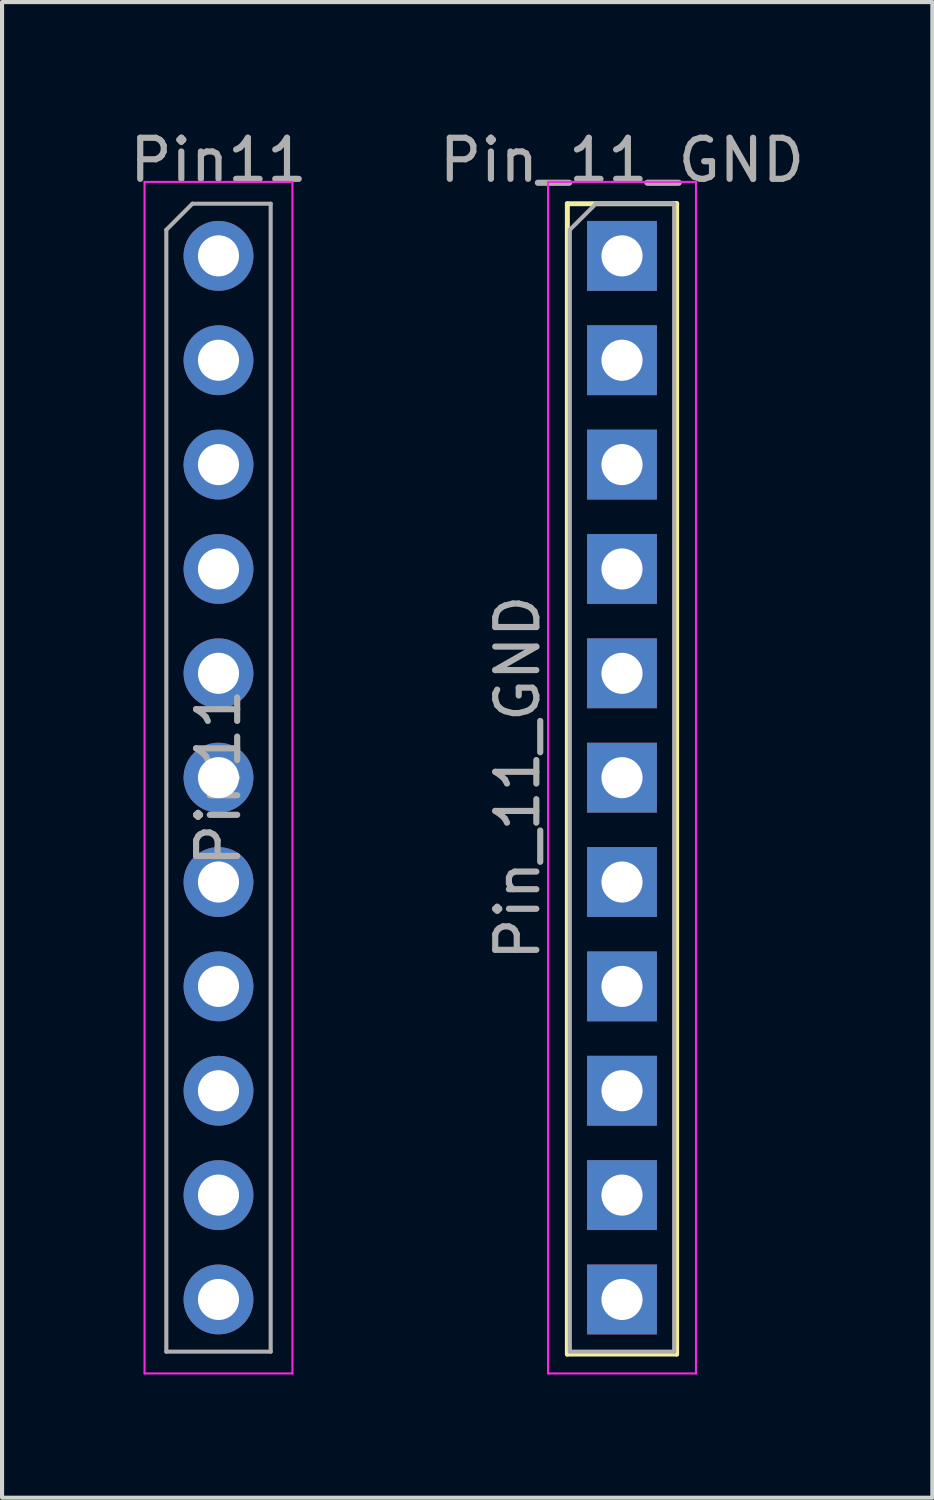
<source format=kicad_pcb>
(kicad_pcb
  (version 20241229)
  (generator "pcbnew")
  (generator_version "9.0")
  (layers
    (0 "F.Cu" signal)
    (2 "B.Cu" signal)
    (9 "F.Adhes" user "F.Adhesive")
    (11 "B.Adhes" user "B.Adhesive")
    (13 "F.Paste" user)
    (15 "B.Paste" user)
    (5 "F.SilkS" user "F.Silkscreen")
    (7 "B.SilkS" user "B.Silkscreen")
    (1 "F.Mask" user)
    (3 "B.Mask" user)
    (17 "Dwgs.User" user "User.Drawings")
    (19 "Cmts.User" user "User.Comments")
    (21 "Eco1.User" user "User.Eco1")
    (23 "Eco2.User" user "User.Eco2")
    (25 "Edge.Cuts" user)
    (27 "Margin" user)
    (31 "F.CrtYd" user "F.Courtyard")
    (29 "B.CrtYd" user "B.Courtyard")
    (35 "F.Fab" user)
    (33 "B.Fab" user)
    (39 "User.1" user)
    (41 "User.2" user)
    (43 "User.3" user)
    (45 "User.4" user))
  (footprint "Pin11"
    (layer "F.Cu")
    (at 2.268 3.178)
    (property "Reference" "Pin11" (at 0 -2.33 0) (layer "F.Fab") (effects (font (size 1 1) (thickness 0.15))))
    (attr through_hole)
    (fp_line (start -1.8 -1.8) (end -1.8 27.2) (stroke (width 0.05) (type solid)) (layer "F.CrtYd"))
    (fp_line (start -1.8 27.2) (end 1.8 27.2) (stroke (width 0.05) (type solid)) (layer "F.CrtYd"))
    (fp_line (start 1.8 -1.8) (end -1.8 -1.8) (stroke (width 0.05) (type solid)) (layer "F.CrtYd"))
    (fp_line (start 1.8 27.2) (end 1.8 -1.8) (stroke (width 0.05) (type solid)) (layer "F.CrtYd"))
    (fp_line (start -1.27 -0.635) (end -0.635 -1.27) (stroke (width 0.1) (type solid)) (layer "F.Fab"))
    (fp_line (start -1.27 26.67) (end -1.27 -0.635) (stroke (width 0.1) (type solid)) (layer "F.Fab"))
    (fp_line (start -0.635 -1.27) (end 1.27 -1.27) (stroke (width 0.1) (type solid)) (layer "F.Fab"))
    (fp_line (start 1.27 -1.27) (end 1.27 26.67) (stroke (width 0.1) (type solid)) (layer "F.Fab"))
    (fp_line (start 1.27 26.67) (end -1.27 26.67) (stroke (width 0.1) (type solid)) (layer "F.Fab"))
    (fp_text user "${REFERENCE}" (at 0 12.7 90) (layer "F.Fab") (effects (font (size 1 1) (thickness 0.15))))
    (pad "1" thru_hole circle (at 0 0) (size 1.7 1.7) (drill 1) (layers "*.Cu" "*.Mask"))
    (pad "2" thru_hole oval (at 0 2.54) (size 1.7 1.7) (drill 1) (layers "*.Cu" "*.Mask"))
    (pad "3" thru_hole oval (at 0 5.08) (size 1.7 1.7) (drill 1) (layers "*.Cu" "*.Mask"))
    (pad "4" thru_hole oval (at 0 7.62) (size 1.7 1.7) (drill 1) (layers "*.Cu" "*.Mask"))
    (pad "5" thru_hole oval (at 0 10.16) (size 1.7 1.7) (drill 1) (layers "*.Cu" "*.Mask"))
    (pad "6" thru_hole oval (at 0 12.7) (size 1.7 1.7) (drill 1) (layers "*.Cu" "*.Mask"))
    (pad "7" thru_hole oval (at 0 15.24) (size 1.7 1.7) (drill 1) (layers "*.Cu" "*.Mask"))
    (pad "8" thru_hole oval (at 0 17.78) (size 1.7 1.7) (drill 1) (layers "*.Cu" "*.Mask"))
    (pad "9" thru_hole oval (at 0 20.32) (size 1.7 1.7) (drill 1) (layers "*.Cu" "*.Mask"))
    (pad "10" thru_hole oval (at 0 22.86) (size 1.7 1.7) (drill 1) (layers "*.Cu" "*.Mask"))
    (pad "11" thru_hole oval (at 0 25.4) (size 1.7 1.7) (drill 1) (layers "*.Cu" "*.Mask")))
  (footprint "Pin_11_GND"
    (layer "F.Cu")
    (at 12.089 3.178)
    (property "Reference" "Pin_11_GND" (at 0 -2.33 0) (layer "F.Fab") (effects (font (size 1 1) (thickness 0.15))))
    (attr through_hole)
    (fp_line (start -1.33 -1.27) (end -1.33 26.73) (stroke (width 0.12) (type solid)) (layer "F.SilkS"))
    (fp_line (start -1.33 -1.27) (end 1.33 -1.27) (stroke (width 0.12) (type solid)) (layer "F.SilkS"))
    (fp_line (start -1.33 26.73) (end 1.33 26.73) (stroke (width 0.12) (type solid)) (layer "F.SilkS"))
    (fp_line (start 1.33 -1.27) (end 1.27 -1.27) (stroke (width 0.12) (type solid)) (layer "F.SilkS"))
    (fp_line (start 1.33 -1.27) (end 1.33 26.73) (stroke (width 0.12) (type solid)) (layer "F.SilkS"))
    (fp_line (start -1.8 -1.8) (end -1.8 27.2) (stroke (width 0.05) (type solid)) (layer "F.CrtYd"))
    (fp_line (start -1.8 27.2) (end 1.8 27.2) (stroke (width 0.05) (type solid)) (layer "F.CrtYd"))
    (fp_line (start 1.8 -1.8) (end -1.8 -1.8) (stroke (width 0.05) (type solid)) (layer "F.CrtYd"))
    (fp_line (start 1.8 27.2) (end 1.8 -1.8) (stroke (width 0.05) (type solid)) (layer "F.CrtYd"))
    (fp_line (start -1.27 -0.635) (end -0.635 -1.27) (stroke (width 0.1) (type solid)) (layer "F.Fab"))
    (fp_line (start -1.27 26.67) (end -1.27 -0.635) (stroke (width 0.1) (type solid)) (layer "F.Fab"))
    (fp_line (start -0.635 -1.27) (end 1.27 -1.27) (stroke (width 0.1) (type solid)) (layer "F.Fab"))
    (fp_line (start 1.27 -1.27) (end 1.27 26.67) (stroke (width 0.1) (type solid)) (layer "F.Fab"))
    (fp_line (start 1.27 26.67) (end -1.27 26.67) (stroke (width 0.1) (type solid)) (layer "F.Fab"))
    (fp_text user "${REFERENCE}" (at -2.54 12.7 90) (layer "F.Fab") (effects (font (size 1 1) (thickness 0.15))))
    (pad "1" thru_hole rect (at 0 0) (size 1.7 1.7) (drill 1) (layers "*.Cu" "*.Mask"))
    (pad "2" thru_hole rect (at 0 2.54) (size 1.7 1.7) (drill 1) (layers "*.Cu" "*.Mask"))
    (pad "3" thru_hole rect (at 0 5.08) (size 1.7 1.7) (drill 1) (layers "*.Cu" "*.Mask"))
    (pad "4" thru_hole rect (at 0 7.62) (size 1.7 1.7) (drill 1) (layers "*.Cu" "*.Mask"))
    (pad "5" thru_hole rect (at 0 10.16) (size 1.7 1.7) (drill 1) (layers "*.Cu" "*.Mask"))
    (pad "6" thru_hole rect (at 0 12.7) (size 1.7 1.7) (drill 1) (layers "*.Cu" "*.Mask"))
    (pad "7" thru_hole rect (at 0 15.24) (size 1.7 1.7) (drill 1) (layers "*.Cu" "*.Mask"))
    (pad "8" thru_hole rect (at 0 17.78) (size 1.7 1.7) (drill 1) (layers "*.Cu" "*.Mask"))
    (pad "9" thru_hole rect (at 0 20.32) (size 1.7 1.7) (drill 1) (layers "*.Cu" "*.Mask"))
    (pad "10" thru_hole rect (at 0 22.86) (size 1.7 1.7) (drill 1) (layers "*.Cu" "*.Mask"))
    (pad "11" thru_hole rect (at 0 25.4) (size 1.7 1.7) (drill 1) (layers "*.Cu" "*.Mask")))
  (gr_rect
    (start -3 -3)
    (end 19.643 33.403)
    (stroke (width 0.1) (type default))
    (fill no)
    (layer "Edge.Cuts")))
</source>
